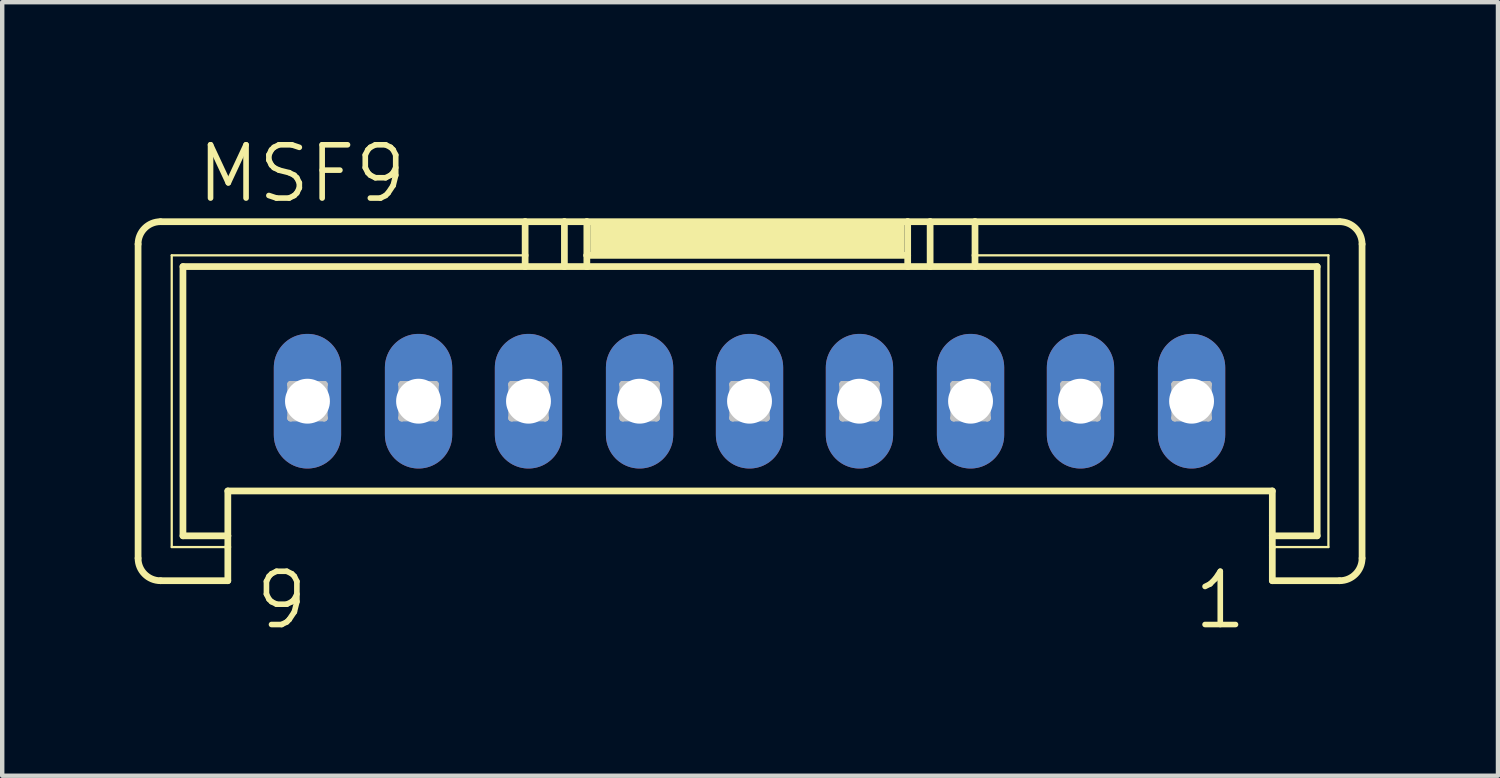
<source format=kicad_pcb>
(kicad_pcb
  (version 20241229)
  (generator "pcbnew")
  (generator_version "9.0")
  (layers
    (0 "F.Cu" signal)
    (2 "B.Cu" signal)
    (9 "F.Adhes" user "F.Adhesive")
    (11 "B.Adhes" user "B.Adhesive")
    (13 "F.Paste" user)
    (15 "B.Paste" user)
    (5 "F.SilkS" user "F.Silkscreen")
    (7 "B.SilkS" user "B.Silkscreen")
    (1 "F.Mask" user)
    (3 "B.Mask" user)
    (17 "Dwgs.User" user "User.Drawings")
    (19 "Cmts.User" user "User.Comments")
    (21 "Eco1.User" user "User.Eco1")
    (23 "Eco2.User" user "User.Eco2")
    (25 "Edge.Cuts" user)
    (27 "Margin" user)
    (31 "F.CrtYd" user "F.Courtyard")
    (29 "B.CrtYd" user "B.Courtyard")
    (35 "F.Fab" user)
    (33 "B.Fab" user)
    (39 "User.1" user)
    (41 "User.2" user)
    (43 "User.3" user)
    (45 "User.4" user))
  (footprint "MSF9"
    (layer "F.Cu")
    (at 13.919 3.493)
    (property "Reference" "MSF9" (at -12.573 -1.905 0) (layer "F.SilkS") (effects (font (size 1.206 1.206) (thickness 0.127)) (justify left bottom)))
    (attr through_hole)
    (fp_line (start -13.843 6.096) (end -13.843 -1.016) (stroke (width 0.152) (type solid)) (layer "F.SilkS"))
    (fp_line (start -13.335 -1.524) (end -5.08 -1.524) (stroke (width 0.152) (type solid)) (layer "F.SilkS"))
    (fp_line (start -13.081 -0.762) (end -5.08 -0.762) (stroke (width 0.051) (type solid)) (layer "F.SilkS"))
    (fp_line (start -13.081 5.842) (end -13.081 -0.762) (stroke (width 0.051) (type solid)) (layer "F.SilkS"))
    (fp_line (start -12.827 -0.508) (end -5.08 -0.508) (stroke (width 0.152) (type solid)) (layer "F.SilkS"))
    (fp_line (start -12.827 5.588) (end -12.827 -0.508) (stroke (width 0.152) (type solid)) (layer "F.SilkS"))
    (fp_line (start -11.811 5.588) (end -12.827 5.588) (stroke (width 0.152) (type solid)) (layer "F.SilkS"))
    (fp_line (start -11.811 5.588) (end -11.811 4.572) (stroke (width 0.152) (type solid)) (layer "F.SilkS"))
    (fp_line (start -11.811 5.588) (end -11.811 5.842) (stroke (width 0.152) (type solid)) (layer "F.SilkS"))
    (fp_line (start -11.811 5.842) (end -13.081 5.842) (stroke (width 0.051) (type solid)) (layer "F.SilkS"))
    (fp_line (start -11.811 5.842) (end -11.811 6.604) (stroke (width 0.152) (type solid)) (layer "F.SilkS"))
    (fp_line (start -11.811 6.604) (end -13.335 6.604) (stroke (width 0.152) (type solid)) (layer "F.SilkS"))
    (fp_line (start -5.08 -1.524) (end -5.08 -0.762) (stroke (width 0.152) (type solid)) (layer "F.SilkS"))
    (fp_line (start -5.08 -1.524) (end -4.191 -1.524) (stroke (width 0.152) (type solid)) (layer "F.SilkS"))
    (fp_line (start -5.08 -0.762) (end -5.08 -0.508) (stroke (width 0.152) (type solid)) (layer "F.SilkS"))
    (fp_line (start -5.08 -0.508) (end -4.191 -0.508) (stroke (width 0.152) (type solid)) (layer "F.SilkS"))
    (fp_line (start -4.191 -1.524) (end -4.191 -0.508) (stroke (width 0.152) (type solid)) (layer "F.SilkS"))
    (fp_line (start -4.191 -1.524) (end -3.683 -1.524) (stroke (width 0.152) (type solid)) (layer "F.SilkS"))
    (fp_line (start -4.191 -0.508) (end -3.683 -0.508) (stroke (width 0.152) (type solid)) (layer "F.SilkS"))
    (fp_line (start -3.683 -1.524) (end -3.683 -0.762) (stroke (width 0.152) (type solid)) (layer "F.SilkS"))
    (fp_line (start -3.683 -1.524) (end 3.581 -1.524) (stroke (width 0.152) (type solid)) (layer "F.SilkS"))
    (fp_line (start -3.683 -0.762) (end -3.683 -0.508) (stroke (width 0.152) (type solid)) (layer "F.SilkS"))
    (fp_line (start -3.683 -0.762) (end 3.581 -0.762) (stroke (width 0.152) (type solid)) (layer "F.SilkS"))
    (fp_line (start -3.683 -0.508) (end 3.581 -0.508) (stroke (width 0.152) (type solid)) (layer "F.SilkS"))
    (fp_line (start 3.581 -1.524) (end 3.581 -0.762) (stroke (width 0.152) (type solid)) (layer "F.SilkS"))
    (fp_line (start 3.581 -1.524) (end 4.089 -1.524) (stroke (width 0.152) (type solid)) (layer "F.SilkS"))
    (fp_line (start 3.581 -0.762) (end 3.581 -0.508) (stroke (width 0.152) (type solid)) (layer "F.SilkS"))
    (fp_line (start 3.581 -0.508) (end 4.089 -0.508) (stroke (width 0.152) (type solid)) (layer "F.SilkS"))
    (fp_line (start 4.089 -1.524) (end 4.089 -0.508) (stroke (width 0.152) (type solid)) (layer "F.SilkS"))
    (fp_line (start 4.089 -1.524) (end 5.105 -1.524) (stroke (width 0.152) (type solid)) (layer "F.SilkS"))
    (fp_line (start 4.089 -0.508) (end 5.105 -0.508) (stroke (width 0.152) (type solid)) (layer "F.SilkS"))
    (fp_line (start 5.105 -1.524) (end 5.105 -0.762) (stroke (width 0.152) (type solid)) (layer "F.SilkS"))
    (fp_line (start 5.105 -1.524) (end 13.36 -1.524) (stroke (width 0.152) (type solid)) (layer "F.SilkS"))
    (fp_line (start 5.105 -0.762) (end 5.105 -0.508) (stroke (width 0.152) (type solid)) (layer "F.SilkS"))
    (fp_line (start 5.105 -0.762) (end 13.106 -0.762) (stroke (width 0.051) (type solid)) (layer "F.SilkS"))
    (fp_line (start 5.105 -0.508) (end 12.852 -0.508) (stroke (width 0.152) (type solid)) (layer "F.SilkS"))
    (fp_line (start 11.836 4.572) (end -11.811 4.572) (stroke (width 0.152) (type solid)) (layer "F.SilkS"))
    (fp_line (start 11.836 5.588) (end 11.836 4.572) (stroke (width 0.152) (type solid)) (layer "F.SilkS"))
    (fp_line (start 11.836 5.842) (end 11.836 5.588) (stroke (width 0.152) (type solid)) (layer "F.SilkS"))
    (fp_line (start 11.836 6.604) (end 11.836 5.842) (stroke (width 0.152) (type solid)) (layer "F.SilkS"))
    (fp_line (start 12.852 -0.508) (end 12.852 5.588) (stroke (width 0.152) (type solid)) (layer "F.SilkS"))
    (fp_line (start 12.852 5.588) (end 11.836 5.588) (stroke (width 0.152) (type solid)) (layer "F.SilkS"))
    (fp_line (start 13.106 -0.762) (end 13.106 5.842) (stroke (width 0.051) (type solid)) (layer "F.SilkS"))
    (fp_line (start 13.106 5.842) (end 11.836 5.842) (stroke (width 0.051) (type solid)) (layer "F.SilkS"))
    (fp_line (start 13.36 6.604) (end 11.836 6.604) (stroke (width 0.152) (type solid)) (layer "F.SilkS"))
    (fp_line (start 13.868 -1.016) (end 13.868 6.096) (stroke (width 0.152) (type solid)) (layer "F.SilkS"))
    (fp_arc (start -13.843 -1.016) (mid -13.69421 -1.37521) (end -13.335 -1.524) (stroke (width 0.1524) (type solid)) (layer "F.SilkS"))
    (fp_arc (start -13.335 6.604) (mid -13.69421 6.45521) (end -13.843 6.096) (stroke (width 0.1524) (type solid)) (layer "F.SilkS"))
    (fp_arc (start 13.3604 -1.524) (mid 13.71961 -1.37521) (end 13.8684 -1.016) (stroke (width 0.1524) (type solid)) (layer "F.SilkS"))
    (fp_arc (start 13.8684 6.096) (mid 13.71961 6.45521) (end 13.3604 6.604) (stroke (width 0.1524) (type solid)) (layer "F.SilkS"))
    (fp_poly (pts (xy -3.607 -0.762) (xy 3.505 -0.762) (xy 3.505 -1.524) (xy -3.607 -1.524)) (stroke (width 0) (type solid)) (fill yes) (layer "F.SilkS"))
    (fp_line (start -10.389 2.159) (end -10.389 2.921) (stroke (width 0.152) (type solid)) (layer "Dwgs.User"))
    (fp_line (start -10.389 2.159) (end -9.627 2.921) (stroke (width 0.152) (type solid)) (layer "Dwgs.User"))
    (fp_line (start -10.389 2.921) (end -9.627 2.921) (stroke (width 0.152) (type solid)) (layer "Dwgs.User"))
    (fp_line (start -9.627 2.159) (end -10.389 2.159) (stroke (width 0.152) (type solid)) (layer "Dwgs.User"))
    (fp_line (start -9.627 2.159) (end -10.389 2.921) (stroke (width 0.152) (type solid)) (layer "Dwgs.User"))
    (fp_line (start -9.627 2.921) (end -9.627 2.159) (stroke (width 0.152) (type solid)) (layer "Dwgs.User"))
    (fp_line (start -7.874 2.159) (end -7.874 2.921) (stroke (width 0.152) (type solid)) (layer "Dwgs.User"))
    (fp_line (start -7.874 2.159) (end -7.112 2.921) (stroke (width 0.152) (type solid)) (layer "Dwgs.User"))
    (fp_line (start -7.874 2.921) (end -7.112 2.921) (stroke (width 0.152) (type solid)) (layer "Dwgs.User"))
    (fp_line (start -7.112 2.159) (end -7.874 2.159) (stroke (width 0.152) (type solid)) (layer "Dwgs.User"))
    (fp_line (start -7.112 2.159) (end -7.874 2.921) (stroke (width 0.152) (type solid)) (layer "Dwgs.User"))
    (fp_line (start -7.112 2.921) (end -7.112 2.159) (stroke (width 0.152) (type solid)) (layer "Dwgs.User"))
    (fp_line (start -5.385 2.159) (end -5.385 2.921) (stroke (width 0.152) (type solid)) (layer "Dwgs.User"))
    (fp_line (start -5.385 2.159) (end -4.623 2.921) (stroke (width 0.152) (type solid)) (layer "Dwgs.User"))
    (fp_line (start -5.385 2.921) (end -4.623 2.921) (stroke (width 0.152) (type solid)) (layer "Dwgs.User"))
    (fp_line (start -4.623 2.159) (end -5.385 2.159) (stroke (width 0.152) (type solid)) (layer "Dwgs.User"))
    (fp_line (start -4.623 2.159) (end -5.385 2.921) (stroke (width 0.152) (type solid)) (layer "Dwgs.User"))
    (fp_line (start -4.623 2.921) (end -4.623 2.159) (stroke (width 0.152) (type solid)) (layer "Dwgs.User"))
    (fp_line (start -2.87 2.159) (end -2.87 2.921) (stroke (width 0.152) (type solid)) (layer "Dwgs.User"))
    (fp_line (start -2.87 2.159) (end -2.108 2.921) (stroke (width 0.152) (type solid)) (layer "Dwgs.User"))
    (fp_line (start -2.87 2.921) (end -2.108 2.921) (stroke (width 0.152) (type solid)) (layer "Dwgs.User"))
    (fp_line (start -2.108 2.159) (end -2.87 2.159) (stroke (width 0.152) (type solid)) (layer "Dwgs.User"))
    (fp_line (start -2.108 2.159) (end -2.87 2.921) (stroke (width 0.152) (type solid)) (layer "Dwgs.User"))
    (fp_line (start -2.108 2.921) (end -2.108 2.159) (stroke (width 0.152) (type solid)) (layer "Dwgs.User"))
    (fp_line (start -0.381 2.159) (end -0.381 2.921) (stroke (width 0.152) (type solid)) (layer "Dwgs.User"))
    (fp_line (start -0.381 2.159) (end 0.381 2.921) (stroke (width 0.152) (type solid)) (layer "Dwgs.User"))
    (fp_line (start -0.381 2.921) (end 0.381 2.921) (stroke (width 0.152) (type solid)) (layer "Dwgs.User"))
    (fp_line (start 0.381 2.159) (end -0.381 2.159) (stroke (width 0.152) (type solid)) (layer "Dwgs.User"))
    (fp_line (start 0.381 2.159) (end -0.381 2.921) (stroke (width 0.152) (type solid)) (layer "Dwgs.User"))
    (fp_line (start 0.381 2.921) (end 0.381 2.159) (stroke (width 0.152) (type solid)) (layer "Dwgs.User"))
    (fp_line (start 2.108 2.159) (end 2.108 2.921) (stroke (width 0.152) (type solid)) (layer "Dwgs.User"))
    (fp_line (start 2.108 2.159) (end 2.87 2.921) (stroke (width 0.152) (type solid)) (layer "Dwgs.User"))
    (fp_line (start 2.108 2.921) (end 2.87 2.921) (stroke (width 0.152) (type solid)) (layer "Dwgs.User"))
    (fp_line (start 2.87 2.159) (end 2.108 2.159) (stroke (width 0.152) (type solid)) (layer "Dwgs.User"))
    (fp_line (start 2.87 2.159) (end 2.108 2.921) (stroke (width 0.152) (type solid)) (layer "Dwgs.User"))
    (fp_line (start 2.87 2.921) (end 2.87 2.159) (stroke (width 0.152) (type solid)) (layer "Dwgs.User"))
    (fp_line (start 4.623 2.159) (end 4.623 2.921) (stroke (width 0.152) (type solid)) (layer "Dwgs.User"))
    (fp_line (start 4.623 2.159) (end 5.385 2.921) (stroke (width 0.152) (type solid)) (layer "Dwgs.User"))
    (fp_line (start 4.623 2.921) (end 5.385 2.921) (stroke (width 0.152) (type solid)) (layer "Dwgs.User"))
    (fp_line (start 5.385 2.159) (end 4.623 2.159) (stroke (width 0.152) (type solid)) (layer "Dwgs.User"))
    (fp_line (start 5.385 2.159) (end 4.623 2.921) (stroke (width 0.152) (type solid)) (layer "Dwgs.User"))
    (fp_line (start 5.385 2.921) (end 5.385 2.159) (stroke (width 0.152) (type solid)) (layer "Dwgs.User"))
    (fp_line (start 7.112 2.159) (end 7.112 2.921) (stroke (width 0.152) (type solid)) (layer "Dwgs.User"))
    (fp_line (start 7.112 2.159) (end 7.874 2.921) (stroke (width 0.152) (type solid)) (layer "Dwgs.User"))
    (fp_line (start 7.112 2.921) (end 7.874 2.921) (stroke (width 0.152) (type solid)) (layer "Dwgs.User"))
    (fp_line (start 7.874 2.159) (end 7.112 2.159) (stroke (width 0.152) (type solid)) (layer "Dwgs.User"))
    (fp_line (start 7.874 2.159) (end 7.112 2.921) (stroke (width 0.152) (type solid)) (layer "Dwgs.User"))
    (fp_line (start 7.874 2.921) (end 7.874 2.159) (stroke (width 0.152) (type solid)) (layer "Dwgs.User"))
    (fp_line (start 9.627 2.159) (end 9.627 2.921) (stroke (width 0.152) (type solid)) (layer "Dwgs.User"))
    (fp_line (start 9.627 2.159) (end 10.389 2.921) (stroke (width 0.152) (type solid)) (layer "Dwgs.User"))
    (fp_line (start 9.627 2.921) (end 10.389 2.921) (stroke (width 0.152) (type solid)) (layer "Dwgs.User"))
    (fp_line (start 10.389 2.159) (end 9.627 2.159) (stroke (width 0.152) (type solid)) (layer "Dwgs.User"))
    (fp_line (start 10.389 2.159) (end 9.627 2.921) (stroke (width 0.152) (type solid)) (layer "Dwgs.User"))
    (fp_line (start 10.389 2.921) (end 10.389 2.159) (stroke (width 0.152) (type solid)) (layer "Dwgs.User"))
    (fp_text user "9" (at -11.25 7.75 0) (layer "F.SilkS") (effects (font (size 1.206 1.206) (thickness 0.127)) (justify left bottom)))
    (fp_text user "1" (at 10 7.75 0) (layer "F.SilkS") (effects (font (size 1.206 1.206) (thickness 0.127)) (justify left bottom)))
    (pad "1" thru_hole oval (at 10.008 2.54 90) (size 3.048 1.524) (drill 1.016) (layers "*.Cu" "*.Mask"))
    (pad "2" thru_hole oval (at 7.493 2.54 90) (size 3.048 1.524) (drill 1.016) (layers "*.Cu" "*.Mask"))
    (pad "3" thru_hole oval (at 5.004 2.54 90) (size 3.048 1.524) (drill 1.016) (layers "*.Cu" "*.Mask"))
    (pad "4" thru_hole oval (at 2.489 2.54 90) (size 3.048 1.524) (drill 1.016) (layers "*.Cu" "*.Mask"))
    (pad "5" thru_hole oval (at 0 2.54 90) (size 3.048 1.524) (drill 1.016) (layers "*.Cu" "*.Mask"))
    (pad "6" thru_hole oval (at -2.489 2.54 90) (size 3.048 1.524) (drill 1.016) (layers "*.Cu" "*.Mask"))
    (pad "7" thru_hole oval (at -5.004 2.54 90) (size 3.048 1.524) (drill 1.016) (layers "*.Cu" "*.Mask"))
    (pad "8" thru_hole oval (at -7.493 2.54 90) (size 3.048 1.524) (drill 1.016) (layers "*.Cu" "*.Mask"))
    (pad "9" thru_hole oval (at -10.008 2.54 90) (size 3.048 1.524) (drill 1.016) (layers "*.Cu" "*.Mask")))
  (gr_rect
    (start -3 -3)
    (end 30.864 14.512)
    (stroke (width 0.1) (type default))
    (fill no)
    (layer "Edge.Cuts")))
</source>
